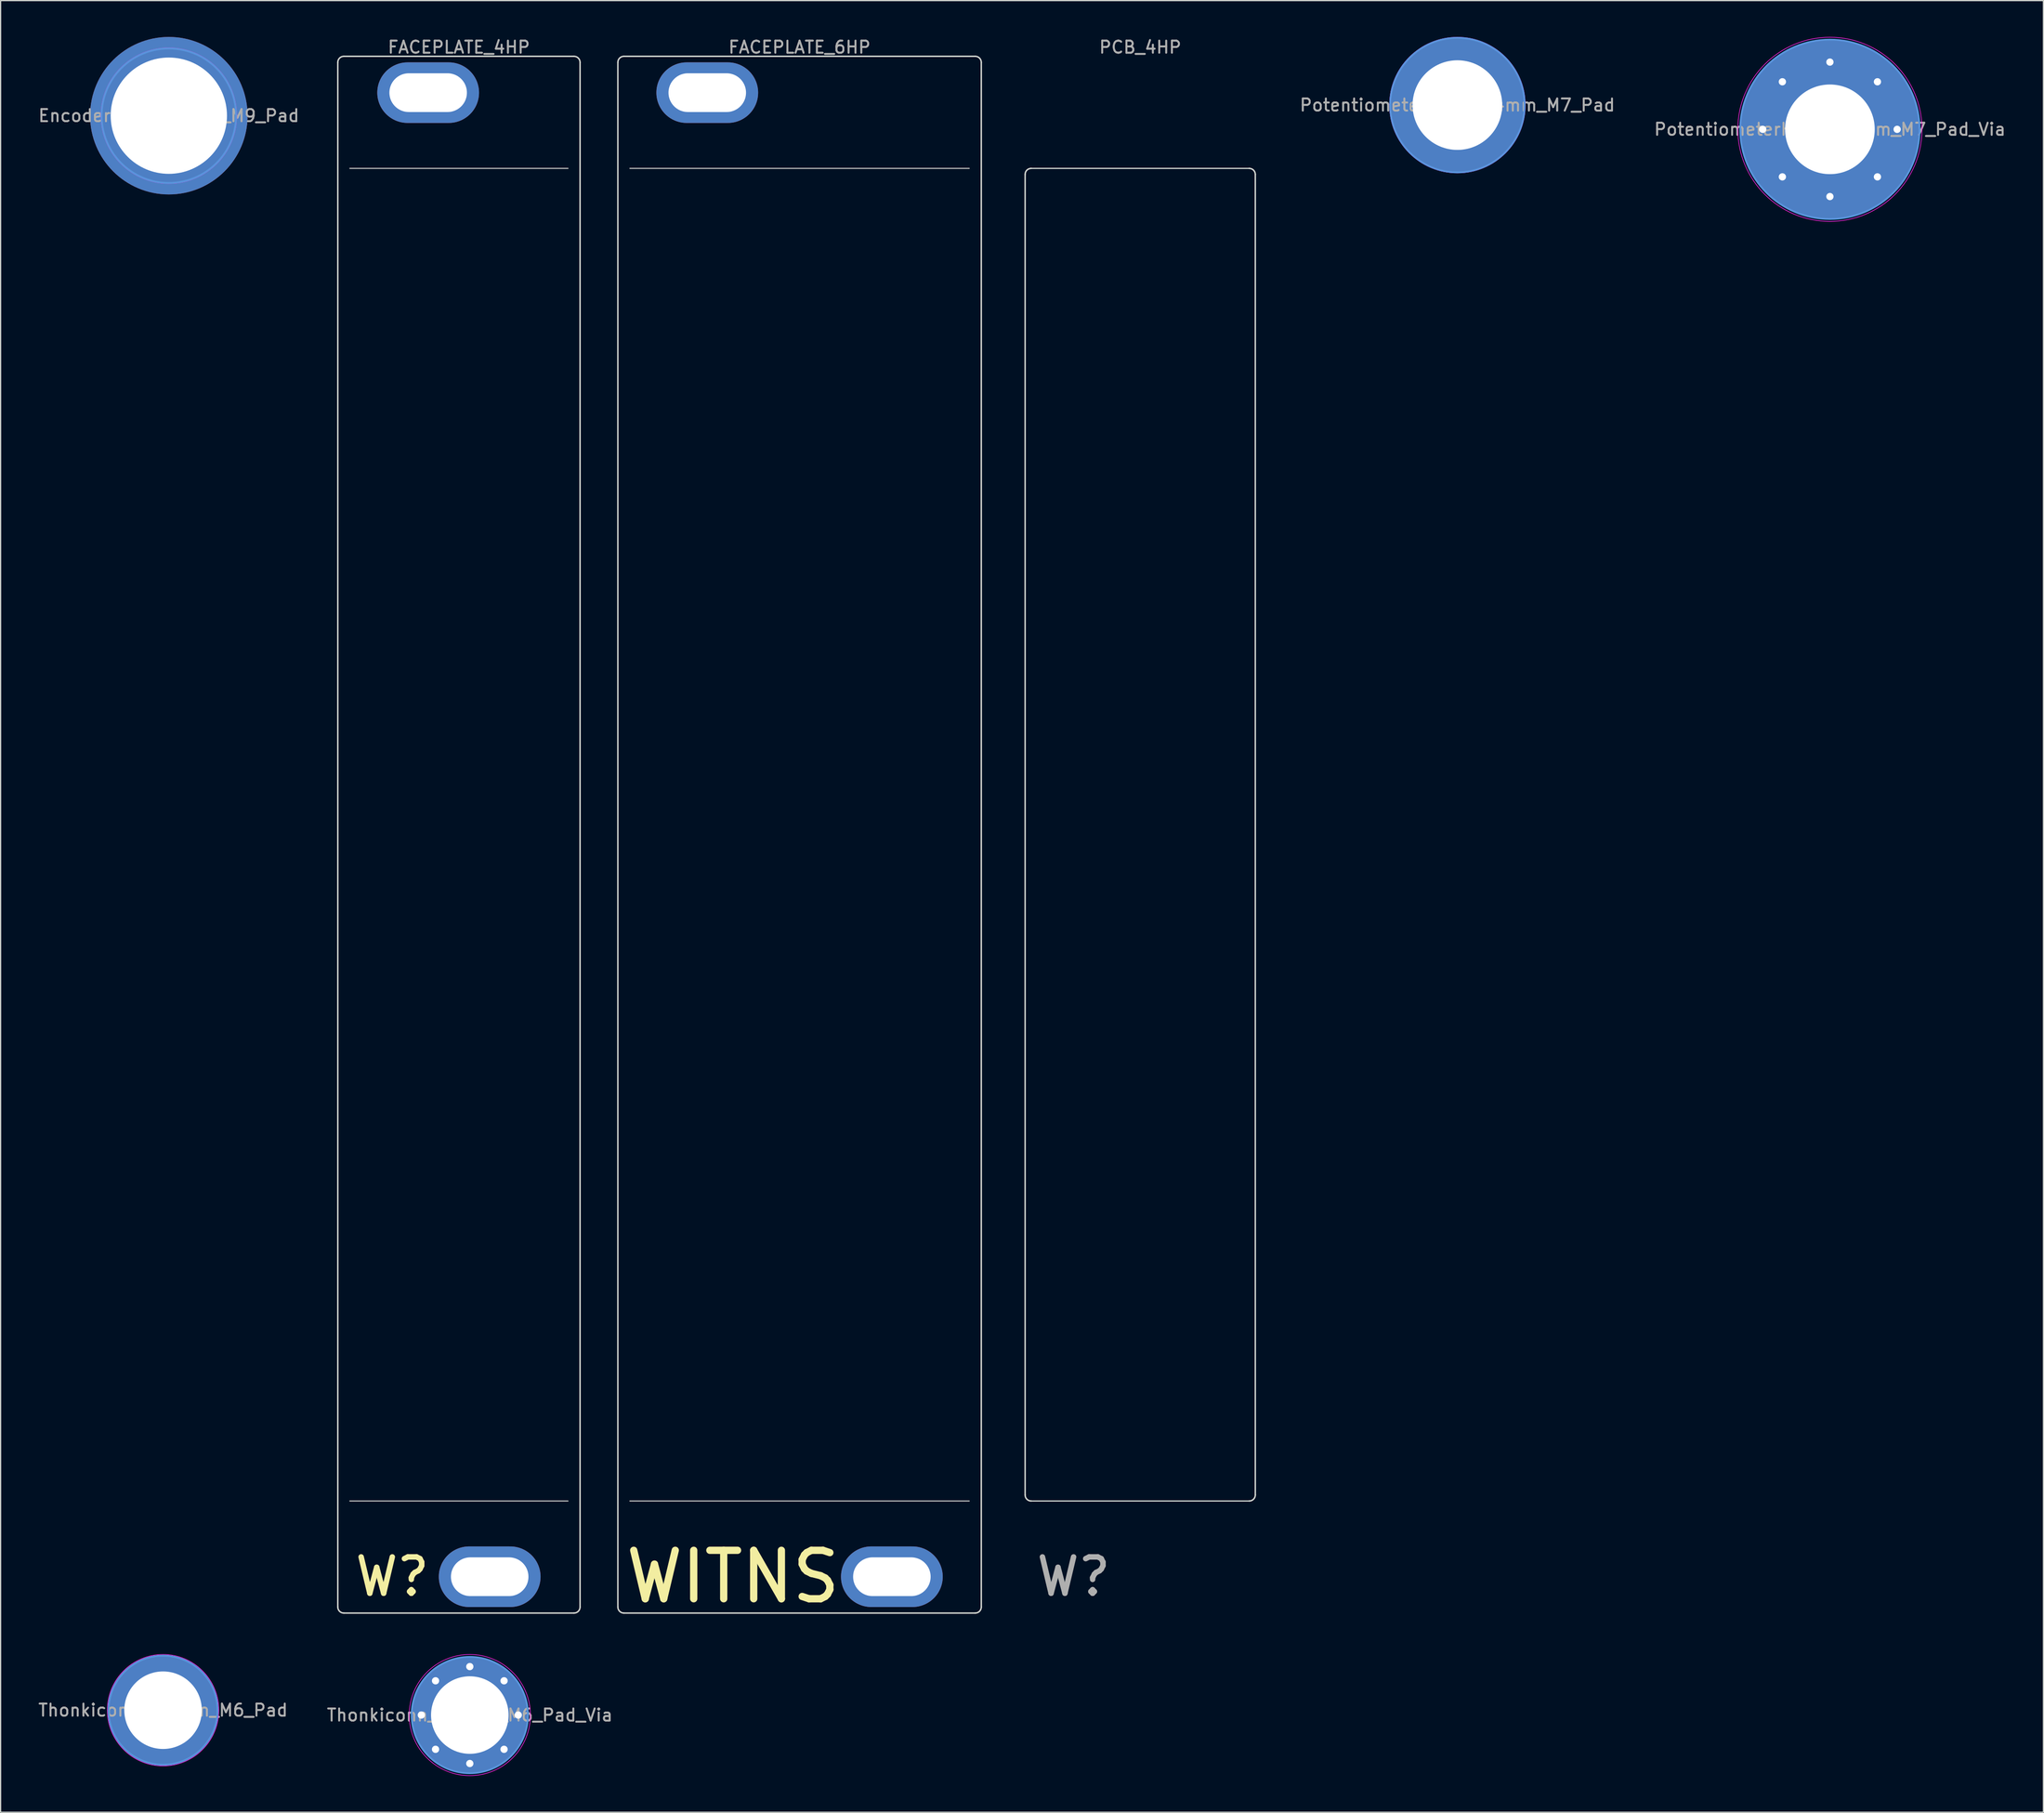
<source format=kicad_pcb>
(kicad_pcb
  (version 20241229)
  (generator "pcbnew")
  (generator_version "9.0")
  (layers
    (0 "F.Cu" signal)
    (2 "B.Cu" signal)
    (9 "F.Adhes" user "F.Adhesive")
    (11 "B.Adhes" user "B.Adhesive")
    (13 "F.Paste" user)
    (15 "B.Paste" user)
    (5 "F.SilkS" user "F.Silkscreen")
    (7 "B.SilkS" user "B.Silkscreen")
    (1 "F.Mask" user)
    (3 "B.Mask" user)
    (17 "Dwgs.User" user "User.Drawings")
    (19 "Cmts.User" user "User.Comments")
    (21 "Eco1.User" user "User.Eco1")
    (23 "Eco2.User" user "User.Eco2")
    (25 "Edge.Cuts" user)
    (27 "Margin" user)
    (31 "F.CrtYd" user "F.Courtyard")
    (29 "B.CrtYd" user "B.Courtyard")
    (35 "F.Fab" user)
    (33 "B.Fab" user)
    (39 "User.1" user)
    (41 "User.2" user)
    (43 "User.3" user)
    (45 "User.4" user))
  (footprint "FACEPLATE_4HP"
    (layer "F.Cu")
    (at 34.834 65.848)
    (property "Reference" "FACEPLATE_4HP" (at 0 -65 0) (unlocked yes) (layer "F.Fab") (effects (font (size 1 1) (thickness 0.15))))
    (attr through_hole)
    (fp_line (start -10 -63.75) (end -10 63.75) (stroke (width 0.12) (type solid)) (layer "Edge.Cuts"))
    (fp_line (start -9.5 64.25) (end 9.5 64.25) (stroke (width 0.12) (type solid)) (layer "Edge.Cuts"))
    (fp_line (start 9.5 -64.25) (end -9.5 -64.25) (stroke (width 0.12) (type solid)) (layer "Edge.Cuts"))
    (fp_line (start 10 63.75) (end 10 -63.75) (stroke (width 0.12) (type solid)) (layer "Edge.Cuts"))
    (fp_arc (start -10 -63.75) (mid -9.853553 -64.103553) (end -9.5 -64.25) (stroke (width 0.12) (type solid)) (layer "Edge.Cuts"))
    (fp_arc (start -9.5 64.25) (mid -9.853553 64.103553) (end -10 63.75) (stroke (width 0.12) (type solid)) (layer "Edge.Cuts"))
    (fp_arc (start 9.5 -64.25) (mid 9.853553 -64.103553) (end 10 -63.75) (stroke (width 0.12) (type solid)) (layer "Edge.Cuts"))
    (fp_arc (start 10 63.75) (mid 9.853553 64.103553) (end 9.5 64.25) (stroke (width 0.12) (type solid)) (layer "Edge.Cuts"))
    (fp_line (start -9 -55) (end 9 -55) (stroke (width 0.1) (type solid)) (layer "F.Fab"))
    (fp_line (start -9 55) (end 9 55) (stroke (width 0.1) (type solid)) (layer "F.Fab"))
    (fp_text user "W?" (at -5.5 61.25 0) (unlocked yes) (layer "F.SilkS") (effects (font (size 3 3) (thickness 0.45))))
    (fp_text user "${REFERENCE}" (at 0 -65 0) (unlocked yes) (layer "F.Fab") (effects (font (size 1 1) (thickness 0.15))))
    (pad "1" thru_hole oval (at -2.54 -61.25) (size 8.4 5) (drill oval 6.4 3.2) (layers "*.Cu" "*.Mask"))
    (pad "1" thru_hole oval (at 2.54 61.25) (size 8.4 5) (drill oval 6.4 3.2) (layers "*.Cu" "*.Mask")))
  (footprint "PCB_4HP"
    (layer "F.Cu")
    (at 91.074 65.848)
    (property "Reference" "PCB_4HP" (at 0 -65 0) (unlocked yes) (layer "F.Fab") (effects (font (size 1 1) (thickness 0.15))))
    (attr through_hole)
    (fp_line (start -9.5 54.5) (end -9.5 -54.5) (stroke (width 0.12) (type solid)) (layer "Edge.Cuts"))
    (fp_line (start -9 -55) (end 9 -55) (stroke (width 0.1) (type solid)) (layer "Edge.Cuts"))
    (fp_line (start -9 55) (end 9 55) (stroke (width 0.1) (type solid)) (layer "Edge.Cuts"))
    (fp_line (start 9.5 -54.5) (end 9.5 54.5) (stroke (width 0.12) (type solid)) (layer "Edge.Cuts"))
    (fp_arc (start -9.5 -54.5) (mid -9.353553 -54.853553) (end -9 -55) (stroke (width 0.12) (type solid)) (layer "Edge.Cuts"))
    (fp_arc (start -9 55) (mid -9.353553 54.853553) (end -9.5 54.5) (stroke (width 0.12) (type solid)) (layer "Edge.Cuts"))
    (fp_arc (start 9 -55) (mid 9.353553 -54.853553) (end 9.5 -54.5) (stroke (width 0.12) (type solid)) (layer "Edge.Cuts"))
    (fp_arc (start 9.5 54.5) (mid 9.353553 54.853553) (end 9 55) (stroke (width 0.12) (type solid)) (layer "Edge.Cuts"))
    (fp_line (start -10 -63.75) (end -10 63.75) (stroke (width 0.12) (type solid)) (layer "User.2"))
    (fp_line (start -9.5 64.25) (end 9.5 64.25) (stroke (width 0.12) (type solid)) (layer "User.2"))
    (fp_line (start 9.5 -64.25) (end -9.5 -64.25) (stroke (width 0.12) (type solid)) (layer "User.2"))
    (fp_line (start 10 63.75) (end 10 -63.75) (stroke (width 0.12) (type solid)) (layer "User.2"))
    (fp_arc (start -10 -63.75) (mid -9.853553 -64.103553) (end -9.5 -64.25) (stroke (width 0.12) (type solid)) (layer "User.2"))
    (fp_arc (start -9.5 64.25) (mid -9.853553 64.103553) (end -10 63.75) (stroke (width 0.12) (type solid)) (layer "User.2"))
    (fp_arc (start 9.5 -64.25) (mid 9.853553 -64.103553) (end 10 -63.75) (stroke (width 0.12) (type solid)) (layer "User.2"))
    (fp_arc (start 10 63.75) (mid 9.853553 64.103553) (end 9.5 64.25) (stroke (width 0.12) (type solid)) (layer "User.2"))
    (fp_circle (center -2.54 -61.25) (end -0.419 -61.25) (stroke (width 0.12) (type solid)) (fill no) (layer "User.2"))
    (fp_circle (center 2.54 61.25) (end 4.661 61.25) (stroke (width 0.12) (type solid)) (fill no) (layer "User.2"))
    (fp_text user "${REFERENCE}" (at 0 -65 0) (unlocked yes) (layer "F.Fab") (effects (font (size 1 1) (thickness 0.15))))
    (fp_text user "W?" (at -5.5 61.25 0) (unlocked yes) (layer "F.Fab") (effects (font (size 3 3) (thickness 0.45)))))
  (footprint "PotentiometerHole_7.4mm_M7_Pad_Via"
    (layer "F.Cu")
    (at 148.009 7.625)
    (property "Reference" "PotentiometerHole_7.4mm_M7_Pad_Via" (at 0 0 0) (layer "F.Fab") (effects (font (size 1 1) (thickness 0.15))))
    (attr exclude_from_pos_files exclude_from_bom)
    (fp_circle (center 0 0) (end 7.4 0) (stroke (width 0.15) (type solid)) (fill no) (layer "Cmts.User"))
    (fp_circle (center 0 0) (end 7.6 0) (stroke (width 0.05) (type solid)) (fill no) (layer "F.CrtYd"))
    (fp_text user "${REFERENCE}" (at 0 0 0) (layer "F.Fab") (effects (font (size 1 1) (thickness 0.15))))
    (pad "1" thru_hole circle (at -5.55 0) (size 0.9 0.9) (drill 0.6) (layers "*.Cu" "*.Mask"))
    (pad "1" thru_hole circle (at -3.924 -3.924) (size 0.9 0.9) (drill 0.6) (layers "*.Cu" "*.Mask"))
    (pad "1" thru_hole circle (at -3.924 3.924) (size 0.9 0.9) (drill 0.6) (layers "*.Cu" "*.Mask"))
    (pad "1" thru_hole circle (at 0 -5.55) (size 0.9 0.9) (drill 0.6) (layers "*.Cu" "*.Mask"))
    (pad "1" thru_hole circle (at 0 0) (size 14.8 14.8) (drill 7.4) (layers "*.Cu" "*.Mask"))
    (pad "1" thru_hole circle (at 0 5.55) (size 0.9 0.9) (drill 0.6) (layers "*.Cu" "*.Mask"))
    (pad "1" thru_hole circle (at 3.924 -3.924) (size 0.9 0.9) (drill 0.6) (layers "*.Cu" "*.Mask"))
    (pad "1" thru_hole circle (at 3.924 3.924) (size 0.9 0.9) (drill 0.6) (layers "*.Cu" "*.Mask"))
    (pad "1" thru_hole circle (at 5.55 0) (size 0.9 0.9) (drill 0.6) (layers "*.Cu" "*.Mask")))
  (footprint "Thonkiconn_6.4mm_M6_Pad_Via"
    (layer "F.Cu")
    (at 35.732 138.516)
    (property "Reference" "Thonkiconn_6.4mm_M6_Pad_Via" (at 0 0 0) (layer "F.Fab") (effects (font (size 1 1) (thickness 0.15))))
    (attr exclude_from_pos_files exclude_from_bom)
    (fp_circle (center 0 0) (end 4.8 0) (stroke (width 0.15) (type solid)) (fill no) (layer "Cmts.User"))
    (fp_circle (center 0 0) (end 5 0) (stroke (width 0.05) (type solid)) (fill no) (layer "F.CrtYd"))
    (fp_text user "${REFERENCE}" (at 0 0 0) (layer "F.Fab") (effects (font (size 1 1) (thickness 0.15))))
    (pad "1" thru_hole circle (at -4 0) (size 0.9 0.9) (drill 0.6) (layers "*.Cu" "*.Mask"))
    (pad "1" thru_hole circle (at -2.828 -2.828) (size 0.9 0.9) (drill 0.6) (layers "*.Cu" "*.Mask"))
    (pad "1" thru_hole circle (at -2.828 2.828) (size 0.9 0.9) (drill 0.6) (layers "*.Cu" "*.Mask"))
    (pad "1" thru_hole circle (at 0 -4) (size 0.9 0.9) (drill 0.6) (layers "*.Cu" "*.Mask"))
    (pad "1" thru_hole circle (at 0 0) (size 9.6 9.6) (drill 6.4) (layers "*.Cu" "*.Mask"))
    (pad "1" thru_hole circle (at 0 4) (size 0.9 0.9) (drill 0.6) (layers "*.Cu" "*.Mask"))
    (pad "1" thru_hole circle (at 2.828 -2.828) (size 0.9 0.9) (drill 0.6) (layers "*.Cu" "*.Mask"))
    (pad "1" thru_hole circle (at 2.828 2.828) (size 0.9 0.9) (drill 0.6) (layers "*.Cu" "*.Mask"))
    (pad "1" thru_hole circle (at 4 0) (size 0.9 0.9) (drill 0.6) (layers "*.Cu" "*.Mask")))
  (footprint "PotentiometerHole_7.4mm_M7_Pad"
    (layer "F.Cu")
    (at 117.259 5.625)
    (property "Reference" "PotentiometerHole_7.4mm_M7_Pad" (at 0 0 0) (layer "F.Fab") (effects (font (size 1 1) (thickness 0.15))))
    (attr exclude_from_pos_files exclude_from_bom)
    (fp_circle (center 0 0) (end 5.55 0) (stroke (width 0.15) (type solid)) (fill no) (layer "Cmts.User"))
    (fp_circle (center 0 0) (end 5.6 0) (stroke (width 0.05) (type solid)) (fill no) (layer "F.CrtYd"))
    (fp_text user "${REFERENCE}" (at 0 0 0) (layer "F.Fab") (effects (font (size 1 1) (thickness 0.15))))
    (pad "1" thru_hole circle (at 0 0) (size 11 11) (drill 7.4) (layers "*.Cu" "*.Mask")))
  (footprint "EncoderHole_9.4mm_M9_Pad"
    (layer "F.Cu")
    (at 10.887 6.5)
    (property "Reference" "EncoderHole_9.4mm_M9_Pad" (at 0 0 0) (layer "F.Fab") (effects (font (size 1 1) (thickness 0.15))))
    (attr exclude_from_pos_files exclude_from_bom)
    (fp_circle (center 0 0) (end 5.55 0) (stroke (width 0.15) (type solid)) (fill no) (layer "Cmts.User"))
    (fp_circle (center 0 0) (end 5.6 0) (stroke (width 0.05) (type solid)) (fill no) (layer "F.CrtYd"))
    (fp_text user "${REFERENCE}" (at 0 0 0) (layer "F.Fab") (effects (font (size 1 1) (thickness 0.15))))
    (pad "1" thru_hole circle (at 0 0) (size 13 13) (drill 9.6) (layers "*.Cu" "*.Mask")))
  (footprint "Thonkiconn_6.4mm_M6_Pad"
    (layer "F.Cu")
    (at 10.411 138.116)
    (property "Reference" "Thonkiconn_6.4mm_M6_Pad" (at 0 0 0) (layer "F.Fab") (effects (font (size 1 1) (thickness 0.15))))
    (attr exclude_from_pos_files exclude_from_bom)
    (fp_circle (center 0 0) (end 4.5 0) (stroke (width 0.15) (type solid)) (fill no) (layer "Cmts.User"))
    (fp_circle (center 0 0) (end 4.6 0) (stroke (width 0.05) (type solid)) (fill no) (layer "F.CrtYd"))
    (fp_text user "${REFERENCE}" (at 0 0 0) (layer "F.Fab") (effects (font (size 1 1) (thickness 0.15))))
    (pad "1" thru_hole circle (at 0 0) (size 9 9) (drill 6.4) (layers "*.Cu" "*.Mask")))
  (footprint "FACEPLATE_6HP"
    (layer "F.Cu")
    (at 62.954 65.848)
    (property "Reference" "FACEPLATE_6HP" (at 0 -65 0) (unlocked yes) (layer "F.Fab") (effects (font (size 1 1) (thickness 0.15))))
    (attr through_hole)
    (fp_line (start -15 -63.75) (end -15 63.75) (stroke (width 0.12) (type solid)) (layer "Edge.Cuts"))
    (fp_line (start -14.5 64.25) (end 14.5 64.25) (stroke (width 0.12) (type solid)) (layer "Edge.Cuts"))
    (fp_line (start 14.5 -64.25) (end -14.5 -64.25) (stroke (width 0.12) (type solid)) (layer "Edge.Cuts"))
    (fp_line (start 15 63.75) (end 15 -63.75) (stroke (width 0.12) (type solid)) (layer "Edge.Cuts"))
    (fp_arc (start -15 -63.75) (mid -14.853553 -64.103553) (end -14.5 -64.25) (stroke (width 0.12) (type solid)) (layer "Edge.Cuts"))
    (fp_arc (start -14.5 64.25) (mid -14.853553 64.103553) (end -15 63.75) (stroke (width 0.12) (type solid)) (layer "Edge.Cuts"))
    (fp_arc (start 14.5 -64.25) (mid 14.853553 -64.103553) (end 15 -63.75) (stroke (width 0.12) (type solid)) (layer "Edge.Cuts"))
    (fp_arc (start 15 63.75) (mid 14.853553 64.103553) (end 14.5 64.25) (stroke (width 0.12) (type solid)) (layer "Edge.Cuts"))
    (fp_line (start -14 -55) (end 14 -55) (stroke (width 0.1) (type solid)) (layer "F.Fab"))
    (fp_line (start -14 55) (end 14 55) (stroke (width 0.1) (type solid)) (layer "F.Fab"))
    (fp_text user "WITNS" (at -5.5 61.25 0) (unlocked yes) (layer "F.SilkS") (effects (font (size 4 4) (thickness 0.6))))
    (fp_text user "${REFERENCE}" (at 0 -65 0) (unlocked yes) (layer "F.Fab") (effects (font (size 1 1) (thickness 0.15))))
    (pad "1" thru_hole oval (at -7.62 -61.25) (size 8.4 5) (drill oval 6.4 3.2) (layers "*.Cu" "*.Mask"))
    (pad "1" thru_hole oval (at 7.62 61.25) (size 8.4 5) (drill oval 6.4 3.2) (layers "*.Cu" "*.Mask")))
  (gr_rect
    (start -3 -3)
    (end 165.634 146.541)
    (stroke (width 0.1) (type default))
    (fill no)
    (layer "Edge.Cuts")))
</source>
